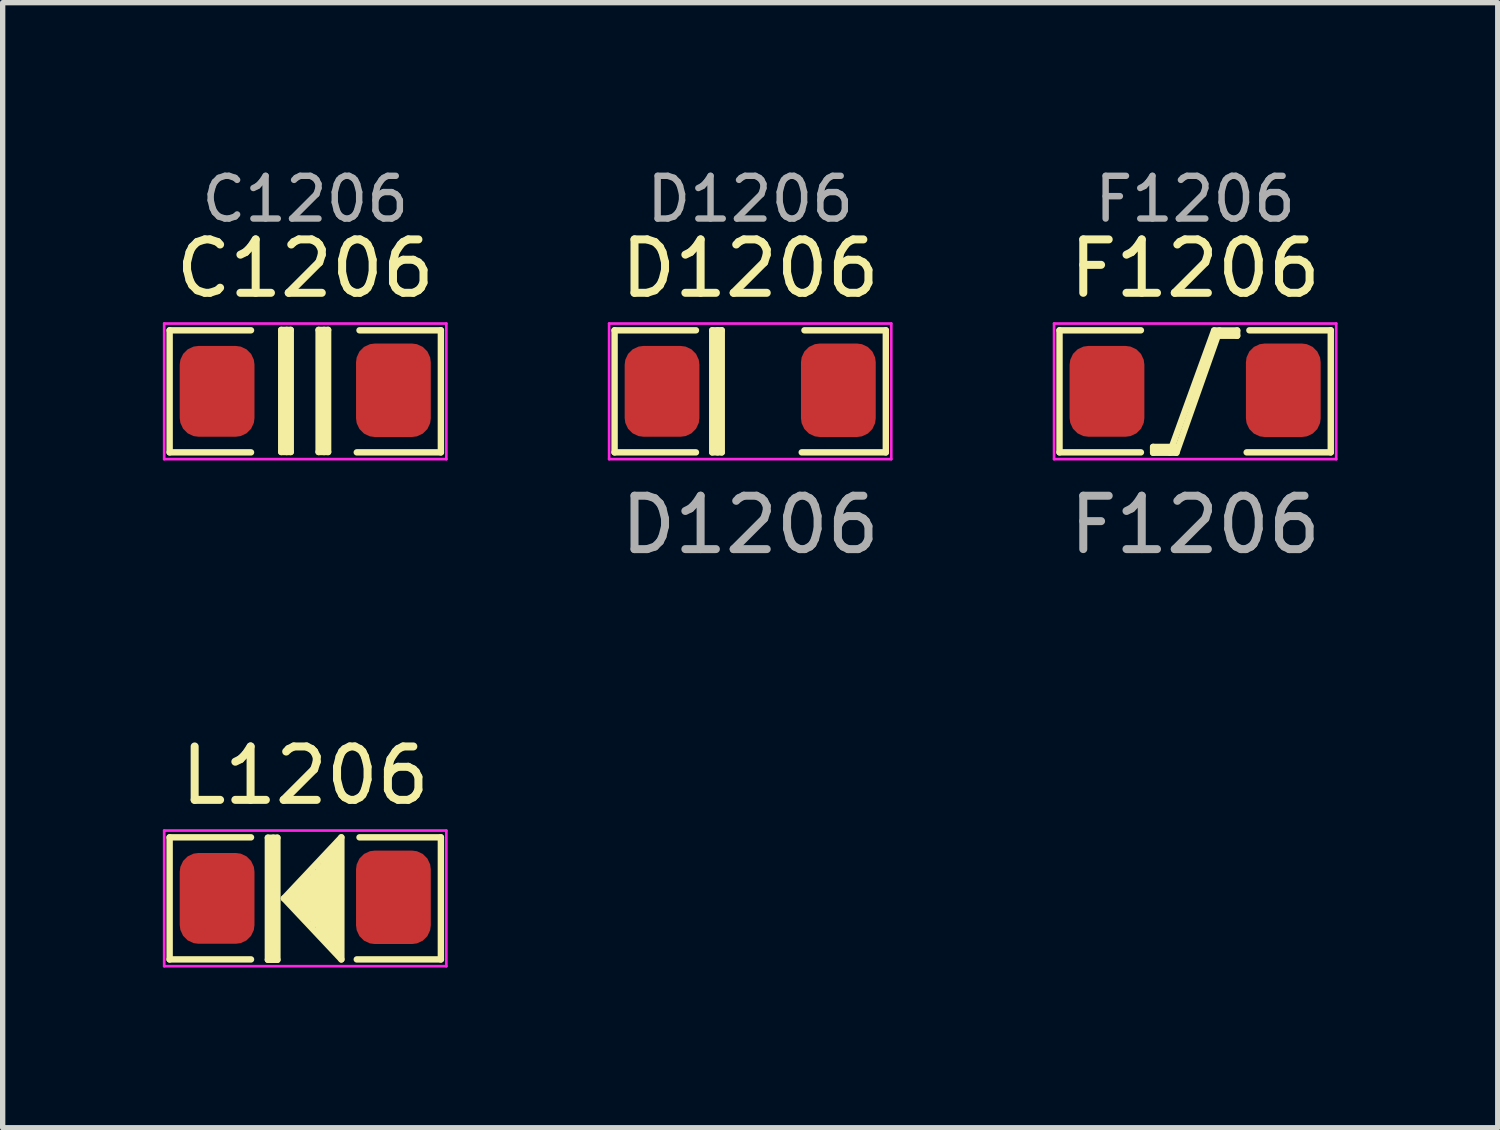
<source format=kicad_pcb>
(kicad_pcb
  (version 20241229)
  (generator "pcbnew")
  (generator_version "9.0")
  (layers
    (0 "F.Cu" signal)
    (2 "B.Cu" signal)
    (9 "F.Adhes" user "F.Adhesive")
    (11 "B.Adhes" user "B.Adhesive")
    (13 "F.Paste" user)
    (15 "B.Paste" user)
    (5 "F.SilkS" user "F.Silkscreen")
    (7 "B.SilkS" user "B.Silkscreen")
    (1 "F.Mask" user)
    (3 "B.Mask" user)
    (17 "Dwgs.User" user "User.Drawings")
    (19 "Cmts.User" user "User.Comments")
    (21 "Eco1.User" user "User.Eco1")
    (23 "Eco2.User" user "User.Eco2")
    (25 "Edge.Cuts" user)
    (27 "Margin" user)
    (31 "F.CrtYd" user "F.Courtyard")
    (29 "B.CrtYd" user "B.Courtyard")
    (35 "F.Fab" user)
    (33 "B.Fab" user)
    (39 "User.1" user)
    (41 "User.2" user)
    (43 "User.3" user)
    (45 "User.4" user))
  (footprint "F1206"
    (layer "F.Cu")
    (at 19.333 4.279)
    (property "Reference" "F1206" (at 0 -2.3 0) (unlocked yes) (layer "F.SilkS") (effects (font (size 1 1) (thickness 0.15))))
    (attr smd)
    (fp_line (start -2.54 -1.143) (end -1.016 -1.143) (stroke (width 0.12) (type solid)) (layer "F.SilkS"))
    (fp_line (start -2.54 1.143) (end -2.54 -1.143) (stroke (width 0.12) (type solid)) (layer "F.SilkS"))
    (fp_line (start -2.54 1.143) (end -1.016 1.143) (stroke (width 0.12) (type solid)) (layer "F.SilkS"))
    (fp_line (start -0.787 1.041) (end -0.787 1.15) (stroke (width 0.12) (type solid)) (layer "F.SilkS"))
    (fp_line (start -0.787 1.041) (end -0.351 1.041) (stroke (width 0.12) (type solid)) (layer "F.SilkS"))
    (fp_line (start -0.787 1.15) (end -0.351 1.15) (stroke (width 0.12) (type solid)) (layer "F.SilkS"))
    (fp_line (start -0.475 1.15) (end 0.356 -1.14) (stroke (width 0.12) (type solid)) (layer "F.SilkS"))
    (fp_line (start -0.351 1.15) (end 0.457 -1.14) (stroke (width 0.12) (type solid)) (layer "F.SilkS"))
    (fp_line (start 0.351 -1.041) (end 0.787 -1.041) (stroke (width 0.12) (type solid)) (layer "F.SilkS"))
    (fp_line (start 0.356 -1.14) (end 0.787 -1.14) (stroke (width 0.12) (type solid)) (layer "F.SilkS"))
    (fp_line (start 0.787 -1.041) (end 0.787 -1.14) (stroke (width 0.12) (type solid)) (layer "F.SilkS"))
    (fp_line (start 2.54 -1.143) (end 1.016 -1.143) (stroke (width 0.12) (type solid)) (layer "F.SilkS"))
    (fp_line (start 2.54 -1.143) (end 2.54 1.143) (stroke (width 0.12) (type solid)) (layer "F.SilkS"))
    (fp_line (start 2.54 1.143) (end 0.965 1.143) (stroke (width 0.12) (type solid)) (layer "F.SilkS"))
    (fp_line (start -2.642 -1.27) (end 2.642 -1.27) (stroke (width 0.05) (type solid)) (layer "F.CrtYd"))
    (fp_line (start -2.642 1.27) (end -2.642 -1.27) (stroke (width 0.05) (type solid)) (layer "F.CrtYd"))
    (fp_line (start 2.642 -1.27) (end 2.642 1.27) (stroke (width 0.05) (type solid)) (layer "F.CrtYd"))
    (fp_line (start 2.642 1.27) (end -2.642 1.27) (stroke (width 0.05) (type solid)) (layer "F.CrtYd"))
    (fp_text user "${REFERENCE}" (at 0 2.5 0) (unlocked yes) (layer "F.Fab") (effects (font (size 1 1) (thickness 0.15))))
    (fp_text user "${REFERENCE}" (at 0 -3.6 180) (layer "F.Fab") (effects (font (size 0.8 0.8) (thickness 0.12))))
    (pad "1" smd roundrect (at -1.651 0) (size 1.4 1.7) (layers "F.Cu" "F.Mask" "F.Paste") (roundrect_rratio 0.25))
    (pad "2" smd roundrect (at 1.651 -0.02) (size 1.4 1.75) (layers "F.Cu" "F.Mask" "F.Paste") (roundrect_rratio 0.25)))
  (footprint "L1206"
    (layer "F.Cu")
    (at 2.667 13.775)
    (property "Reference" "L1206" (at 0 -2.3 0) (unlocked yes) (layer "F.SilkS") (effects (font (size 1 1) (thickness 0.15))))
    (attr smd)
    (fp_line (start -2.54 -1.143) (end -1.016 -1.143) (stroke (width 0.12) (type solid)) (layer "F.SilkS"))
    (fp_line (start -2.54 1.143) (end -2.54 -1.143) (stroke (width 0.12) (type solid)) (layer "F.SilkS"))
    (fp_line (start -2.54 1.143) (end -1.016 1.143) (stroke (width 0.12) (type solid)) (layer "F.SilkS"))
    (fp_line (start -0.7 -1.136) (end -0.522 -1.136) (stroke (width 0.12) (type solid)) (layer "F.SilkS"))
    (fp_line (start -0.7 1.15) (end -0.7 -1.136) (stroke (width 0.12) (type solid)) (layer "F.SilkS"))
    (fp_line (start -0.7 1.15) (end -0.522 1.15) (stroke (width 0.12) (type solid)) (layer "F.SilkS"))
    (fp_line (start -0.598 1.15) (end -0.598 -1.136) (stroke (width 0.12) (type solid)) (layer "F.SilkS"))
    (fp_line (start -0.522 1.15) (end -0.522 -1.136) (stroke (width 0.12) (type solid)) (layer "F.SilkS"))
    (fp_line (start -0.4 0) (end 0.676 -1.143) (stroke (width 0.12) (type solid)) (layer "F.SilkS"))
    (fp_line (start -0.35 0) (end -0.35 0) (stroke (width 0.12) (type solid)) (layer "F.SilkS"))
    (fp_line (start -0.25 0.1) (end -0.25 -0.1) (stroke (width 0.12) (type solid)) (layer "F.SilkS"))
    (fp_line (start -0.15 0.2) (end -0.15 -0.2) (stroke (width 0.12) (type solid)) (layer "F.SilkS"))
    (fp_line (start -0.05 0.3) (end -0.05 -0.3) (stroke (width 0.12) (type solid)) (layer "F.SilkS"))
    (fp_line (start 0.05 0.4) (end 0.05 -0.4) (stroke (width 0.12) (type solid)) (layer "F.SilkS"))
    (fp_line (start 0.15 0.5) (end 0.15 -0.5) (stroke (width 0.12) (type solid)) (layer "F.SilkS"))
    (fp_line (start 0.25 0.65) (end 0.25 -0.6) (stroke (width 0.12) (type solid)) (layer "F.SilkS"))
    (fp_line (start 0.35 0.75) (end 0.35 -0.75) (stroke (width 0.12) (type solid)) (layer "F.SilkS"))
    (fp_line (start 0.45 0.8) (end 0.45 -0.8) (stroke (width 0.12) (type solid)) (layer "F.SilkS"))
    (fp_line (start 0.5 0.9) (end 0.5 -0.9) (stroke (width 0.12) (type solid)) (layer "F.SilkS"))
    (fp_line (start 0.6 0.95) (end 0.6 -0.943) (stroke (width 0.12) (type solid)) (layer "F.SilkS"))
    (fp_line (start 0.676 1.143) (end -0.4 0) (stroke (width 0.12) (type solid)) (layer "F.SilkS"))
    (fp_line (start 0.676 1.143) (end 0.676 -1.143) (stroke (width 0.12) (type solid)) (layer "F.SilkS"))
    (fp_line (start 2.54 -1.143) (end 1.016 -1.143) (stroke (width 0.12) (type solid)) (layer "F.SilkS"))
    (fp_line (start 2.54 -1.143) (end 2.54 1.143) (stroke (width 0.12) (type solid)) (layer "F.SilkS"))
    (fp_line (start 2.54 1.143) (end 0.965 1.143) (stroke (width 0.12) (type solid)) (layer "F.SilkS"))
    (fp_line (start -2.642 -1.27) (end 2.642 -1.27) (stroke (width 0.05) (type solid)) (layer "F.CrtYd"))
    (fp_line (start -2.642 1.27) (end -2.642 -1.27) (stroke (width 0.05) (type solid)) (layer "F.CrtYd"))
    (fp_line (start 2.642 -1.27) (end 2.642 1.27) (stroke (width 0.05) (type solid)) (layer "F.CrtYd"))
    (fp_line (start 2.642 1.27) (end -2.642 1.27) (stroke (width 0.05) (type solid)) (layer "F.CrtYd"))
    (pad "1" smd roundrect (at -1.651 0) (size 1.4 1.7) (layers "F.Cu" "F.Mask" "F.Paste") (roundrect_rratio 0.25))
    (pad "2" smd roundrect (at 1.651 -0.02) (size 1.4 1.75) (layers "F.Cu" "F.Mask" "F.Paste") (roundrect_rratio 0.25)))
  (footprint "C1206"
    (layer "F.Cu")
    (at 2.667 4.279)
    (property "Reference" "C1206" (at 0 -2.3 0) (unlocked yes) (layer "F.SilkS") (effects (font (size 1 1) (thickness 0.15))))
    (attr smd)
    (fp_line (start -2.54 -1.143) (end -1.016 -1.143) (stroke (width 0.12) (type solid)) (layer "F.SilkS"))
    (fp_line (start -2.54 1.143) (end -2.54 -1.143) (stroke (width 0.12) (type solid)) (layer "F.SilkS"))
    (fp_line (start -2.54 1.143) (end -1.016 1.143) (stroke (width 0.12) (type solid)) (layer "F.SilkS"))
    (fp_line (start -0.45 -1.15) (end -0.272 -1.15) (stroke (width 0.12) (type solid)) (layer "F.SilkS"))
    (fp_line (start -0.45 1.136) (end -0.45 -1.15) (stroke (width 0.12) (type solid)) (layer "F.SilkS"))
    (fp_line (start -0.45 1.136) (end -0.272 1.136) (stroke (width 0.12) (type solid)) (layer "F.SilkS"))
    (fp_line (start -0.348 1.136) (end -0.348 -1.15) (stroke (width 0.12) (type solid)) (layer "F.SilkS"))
    (fp_line (start -0.272 1.136) (end -0.272 -1.15) (stroke (width 0.12) (type solid)) (layer "F.SilkS"))
    (fp_line (start 0.25 -1.15) (end 0.428 -1.15) (stroke (width 0.12) (type solid)) (layer "F.SilkS"))
    (fp_line (start 0.25 1.136) (end 0.25 -1.15) (stroke (width 0.12) (type solid)) (layer "F.SilkS"))
    (fp_line (start 0.25 1.136) (end 0.428 1.136) (stroke (width 0.12) (type solid)) (layer "F.SilkS"))
    (fp_line (start 0.352 1.136) (end 0.352 -1.15) (stroke (width 0.12) (type solid)) (layer "F.SilkS"))
    (fp_line (start 0.428 1.136) (end 0.428 -1.15) (stroke (width 0.12) (type solid)) (layer "F.SilkS"))
    (fp_line (start 2.54 -1.143) (end 1.016 -1.143) (stroke (width 0.12) (type solid)) (layer "F.SilkS"))
    (fp_line (start 2.54 -1.143) (end 2.54 1.143) (stroke (width 0.12) (type solid)) (layer "F.SilkS"))
    (fp_line (start 2.54 1.143) (end 0.965 1.143) (stroke (width 0.12) (type solid)) (layer "F.SilkS"))
    (fp_line (start -2.642 -1.27) (end 2.642 -1.27) (stroke (width 0.05) (type solid)) (layer "F.CrtYd"))
    (fp_line (start -2.642 1.27) (end -2.642 -1.27) (stroke (width 0.05) (type solid)) (layer "F.CrtYd"))
    (fp_line (start 2.642 -1.27) (end 2.642 1.27) (stroke (width 0.05) (type solid)) (layer "F.CrtYd"))
    (fp_line (start 2.642 1.27) (end -2.642 1.27) (stroke (width 0.05) (type solid)) (layer "F.CrtYd"))
    (fp_text user "${REFERENCE}" (at 0 -3.6 180) (layer "F.Fab") (effects (font (size 0.8 0.8) (thickness 0.12))))
    (pad "1" smd roundrect (at -1.651 0) (size 1.4 1.7) (layers "F.Cu" "F.Mask" "F.Paste") (roundrect_rratio 0.25))
    (pad "2" smd roundrect (at 1.651 -0.02) (size 1.4 1.75) (layers "F.Cu" "F.Mask" "F.Paste") (roundrect_rratio 0.25)))
  (footprint "D1206"
    (layer "F.Cu")
    (at 11 4.279)
    (property "Reference" "D1206" (at 0 -2.3 0) (unlocked yes) (layer "F.SilkS") (effects (font (size 1 1) (thickness 0.15))))
    (attr smd)
    (fp_line (start -2.54 -1.143) (end -1.016 -1.143) (stroke (width 0.12) (type solid)) (layer "F.SilkS"))
    (fp_line (start -2.54 1.143) (end -2.54 -1.143) (stroke (width 0.12) (type solid)) (layer "F.SilkS"))
    (fp_line (start -2.54 1.143) (end -1.016 1.143) (stroke (width 0.12) (type solid)) (layer "F.SilkS"))
    (fp_line (start -0.711 -1.143) (end -0.533 -1.143) (stroke (width 0.12) (type solid)) (layer "F.SilkS"))
    (fp_line (start -0.711 1.143) (end -0.711 -1.143) (stroke (width 0.12) (type solid)) (layer "F.SilkS"))
    (fp_line (start -0.711 1.143) (end -0.533 1.143) (stroke (width 0.12) (type solid)) (layer "F.SilkS"))
    (fp_line (start -0.61 1.143) (end -0.61 -1.143) (stroke (width 0.12) (type solid)) (layer "F.SilkS"))
    (fp_line (start -0.533 1.143) (end -0.533 -1.143) (stroke (width 0.12) (type solid)) (layer "F.SilkS"))
    (fp_line (start 2.54 -1.143) (end 1.016 -1.143) (stroke (width 0.12) (type solid)) (layer "F.SilkS"))
    (fp_line (start 2.54 -1.143) (end 2.54 1.143) (stroke (width 0.12) (type solid)) (layer "F.SilkS"))
    (fp_line (start 2.54 1.143) (end 0.965 1.143) (stroke (width 0.12) (type solid)) (layer "F.SilkS"))
    (fp_line (start -2.642 -1.27) (end 2.642 -1.27) (stroke (width 0.05) (type solid)) (layer "F.CrtYd"))
    (fp_line (start -2.642 1.27) (end -2.642 -1.27) (stroke (width 0.05) (type solid)) (layer "F.CrtYd"))
    (fp_line (start 2.642 -1.27) (end 2.642 1.27) (stroke (width 0.05) (type solid)) (layer "F.CrtYd"))
    (fp_line (start 2.642 1.27) (end -2.642 1.27) (stroke (width 0.05) (type solid)) (layer "F.CrtYd"))
    (fp_text user "${REFERENCE}" (at 0 2.5 0) (unlocked yes) (layer "F.Fab") (effects (font (size 1 1) (thickness 0.15))))
    (fp_text user "${REFERENCE}" (at 0 -3.6 180) (layer "F.Fab") (effects (font (size 0.8 0.8) (thickness 0.12))))
    (pad "1" smd roundrect (at -1.651 0) (size 1.4 1.7) (layers "F.Cu" "F.Mask" "F.Paste") (roundrect_rratio 0.25))
    (pad "2" smd roundrect (at 1.651 -0.02) (size 1.4 1.75) (layers "F.Cu" "F.Mask" "F.Paste") (roundrect_rratio 0.25)))
  (gr_rect
    (start -3 -3)
    (end 25 18.07)
    (stroke (width 0.1) (type default))
    (fill no)
    (layer "Edge.Cuts")))
</source>
